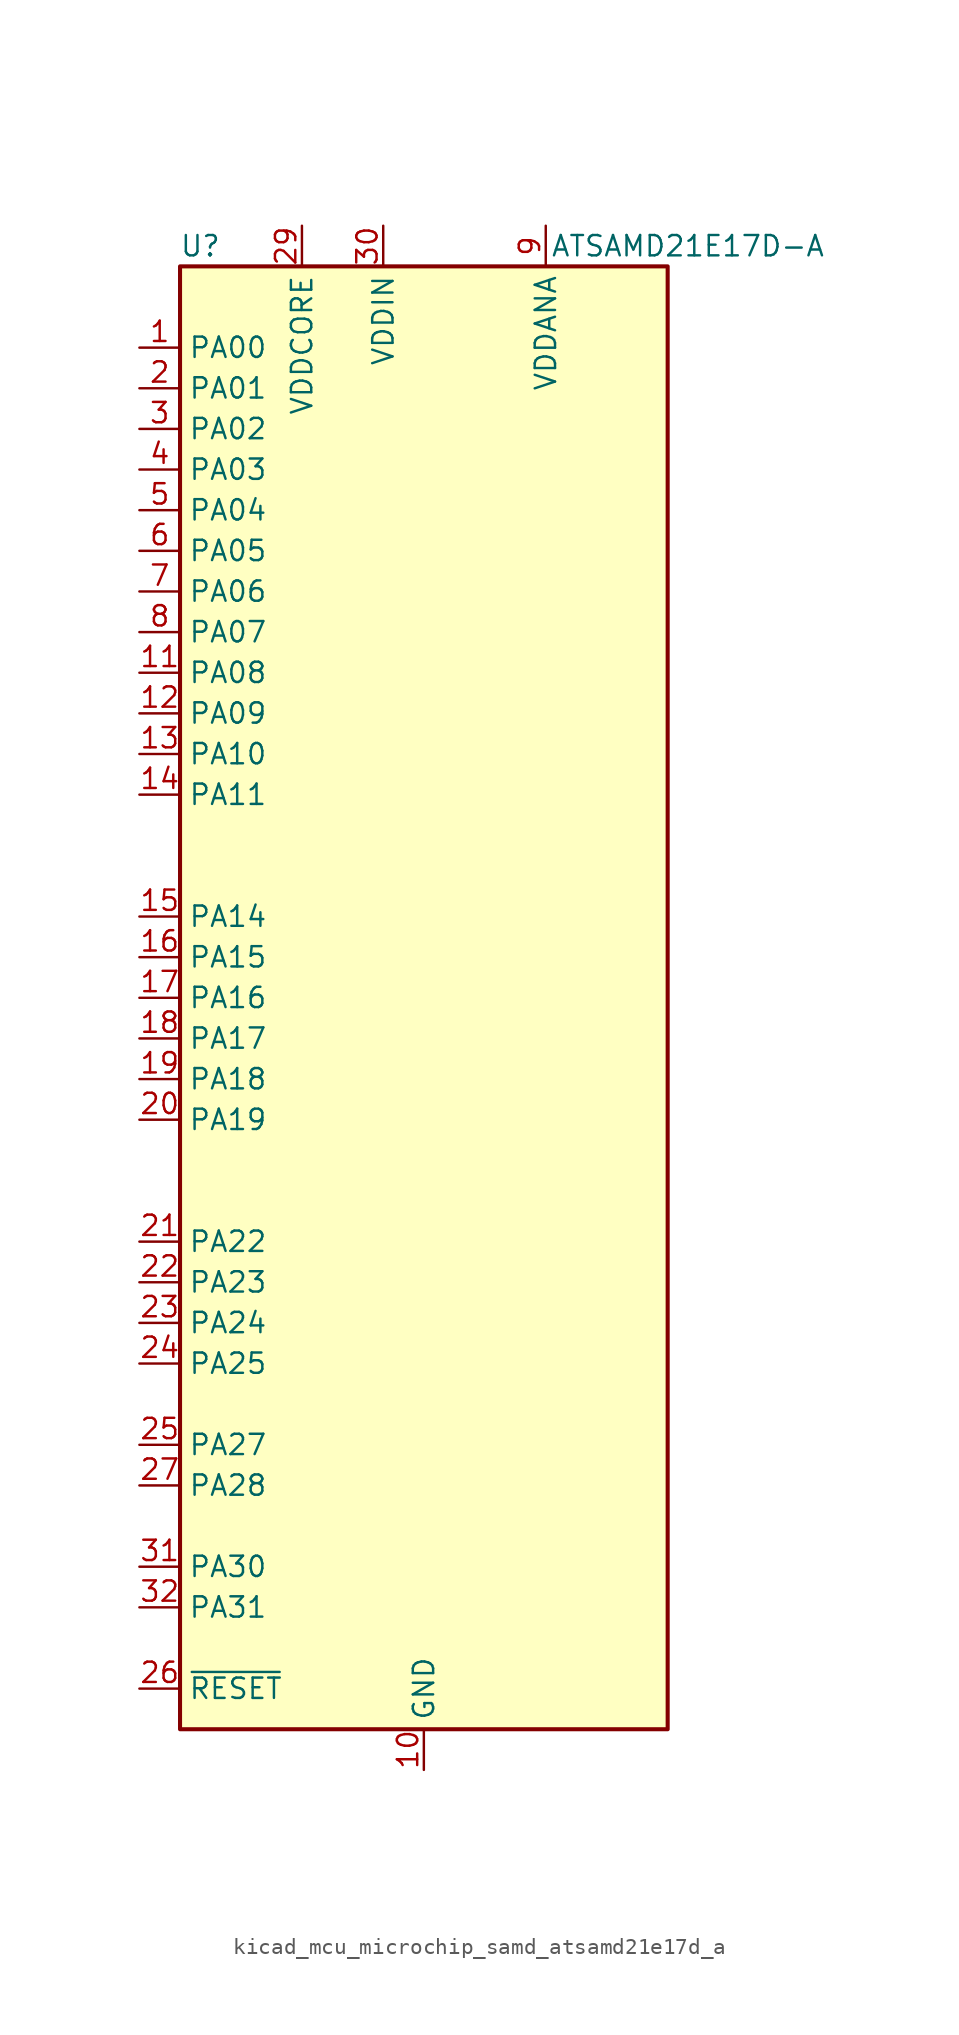
<source format=kicad_sym>
(kicad_symbol_lib
  (version 20220914)
  (generator kicad_symbol_editor)
  (symbol "kicad_mcu_microchip_samd_atsamd21e17d_a"
    (property "Reference" "U"
      (at -13.97 46.99 0)
      (effects (font (size 1.27 1.27))))
    (property "Value" "ATSAMD21E17D-A"
      (at 16.51 46.99 0)
      (effects (font (size 1.27 1.27))))
    (symbol "kicad_mcu_microchip_samd_atsamd21e17d_a_1_1"
      (rectangle (start -15.24 45.72) (end 15.24 -45.72) (stroke (width 0.254) (type default)) (fill (type background)))
      (pin bidirectional line (at -17.78 40.64 0) (length 2.54) (name "PA00" (effects (font (size 1.27 1.27)))) (number "1" (effects (font (size 1.27 1.27)))))
      (pin power_in line (at 0 -48.26 90) (length 2.54) (name "GND" (effects (font (size 1.27 1.27)))) (number "10" (effects (font (size 1.27 1.27)))))
      (pin bidirectional line (at -17.78 20.32 0) (length 2.54) (name "PA08" (effects (font (size 1.27 1.27)))) (number "11" (effects (font (size 1.27 1.27)))))
      (pin bidirectional line (at -17.78 17.78 0) (length 2.54) (name "PA09" (effects (font (size 1.27 1.27)))) (number "12" (effects (font (size 1.27 1.27)))))
      (pin bidirectional line (at -17.78 15.24 0) (length 2.54) (name "PA10" (effects (font (size 1.27 1.27)))) (number "13" (effects (font (size 1.27 1.27)))))
      (pin bidirectional line (at -17.78 12.7 0) (length 2.54) (name "PA11" (effects (font (size 1.27 1.27)))) (number "14" (effects (font (size 1.27 1.27)))))
      (pin bidirectional line (at -17.78 5.08 0) (length 2.54) (name "PA14" (effects (font (size 1.27 1.27)))) (number "15" (effects (font (size 1.27 1.27)))))
      (pin bidirectional line (at -17.78 2.54 0) (length 2.54) (name "PA15" (effects (font (size 1.27 1.27)))) (number "16" (effects (font (size 1.27 1.27)))))
      (pin bidirectional line (at -17.78 0 0) (length 2.54) (name "PA16" (effects (font (size 1.27 1.27)))) (number "17" (effects (font (size 1.27 1.27)))))
      (pin bidirectional line (at -17.78 -2.54 0) (length 2.54) (name "PA17" (effects (font (size 1.27 1.27)))) (number "18" (effects (font (size 1.27 1.27)))))
      (pin bidirectional line (at -17.78 -5.08 0) (length 2.54) (name "PA18" (effects (font (size 1.27 1.27)))) (number "19" (effects (font (size 1.27 1.27)))))
      (pin bidirectional line (at -17.78 38.1 0) (length 2.54) (name "PA01" (effects (font (size 1.27 1.27)))) (number "2" (effects (font (size 1.27 1.27)))))
      (pin bidirectional line (at -17.78 -7.62 0) (length 2.54) (name "PA19" (effects (font (size 1.27 1.27)))) (number "20" (effects (font (size 1.27 1.27)))))
      (pin bidirectional line (at -17.78 -15.24 0) (length 2.54) (name "PA22" (effects (font (size 1.27 1.27)))) (number "21" (effects (font (size 1.27 1.27)))))
      (pin bidirectional line (at -17.78 -17.78 0) (length 2.54) (name "PA23" (effects (font (size 1.27 1.27)))) (number "22" (effects (font (size 1.27 1.27)))))
      (pin bidirectional line (at -17.78 -20.32 0) (length 2.54) (name "PA24" (effects (font (size 1.27 1.27)))) (number "23" (effects (font (size 1.27 1.27)))))
      (pin bidirectional line (at -17.78 -22.86 0) (length 2.54) (name "PA25" (effects (font (size 1.27 1.27)))) (number "24" (effects (font (size 1.27 1.27)))))
      (pin bidirectional line (at -17.78 -27.94 0) (length 2.54) (name "PA27" (effects (font (size 1.27 1.27)))) (number "25" (effects (font (size 1.27 1.27)))))
      (pin input line (at -17.78 -43.18 0) (length 2.54) (name "~{RESET}" (effects (font (size 1.27 1.27)))) (number "26" (effects (font (size 1.27 1.27)))))
      (pin bidirectional line (at -17.78 -30.48 0) (length 2.54) (name "PA28" (effects (font (size 1.27 1.27)))) (number "27" (effects (font (size 1.27 1.27)))))
      (pin passive line (at 0 -48.26 90) (length 2.54) hide (name "GND" (effects (font (size 1.27 1.27)))) (number "28" (effects (font (size 1.27 1.27)))))
      (pin power_out line (at -7.62 48.26 270) (length 2.54) (name "VDDCORE" (effects (font (size 1.27 1.27)))) (number "29" (effects (font (size 1.27 1.27)))))
      (pin bidirectional line (at -17.78 35.56 0) (length 2.54) (name "PA02" (effects (font (size 1.27 1.27)))) (number "3" (effects (font (size 1.27 1.27)))))
      (pin power_in line (at -2.54 48.26 270) (length 2.54) (name "VDDIN" (effects (font (size 1.27 1.27)))) (number "30" (effects (font (size 1.27 1.27)))))
      (pin bidirectional line (at -17.78 -35.56 0) (length 2.54) (name "PA30" (effects (font (size 1.27 1.27)))) (number "31" (effects (font (size 1.27 1.27)))))
      (pin bidirectional line (at -17.78 -38.1 0) (length 2.54) (name "PA31" (effects (font (size 1.27 1.27)))) (number "32" (effects (font (size 1.27 1.27)))))
      (pin bidirectional line (at -17.78 33.02 0) (length 2.54) (name "PA03" (effects (font (size 1.27 1.27)))) (number "4" (effects (font (size 1.27 1.27)))))
      (pin bidirectional line (at -17.78 30.48 0) (length 2.54) (name "PA04" (effects (font (size 1.27 1.27)))) (number "5" (effects (font (size 1.27 1.27)))))
      (pin bidirectional line (at -17.78 27.94 0) (length 2.54) (name "PA05" (effects (font (size 1.27 1.27)))) (number "6" (effects (font (size 1.27 1.27)))))
      (pin bidirectional line (at -17.78 25.4 0) (length 2.54) (name "PA06" (effects (font (size 1.27 1.27)))) (number "7" (effects (font (size 1.27 1.27)))))
      (pin bidirectional line (at -17.78 22.86 0) (length 2.54) (name "PA07" (effects (font (size 1.27 1.27)))) (number "8" (effects (font (size 1.27 1.27)))))
      (pin power_in line (at 7.62 48.26 270) (length 2.54) (name "VDDANA" (effects (font (size 1.27 1.27)))) (number "9" (effects (font (size 1.27 1.27))))))))
</source>
